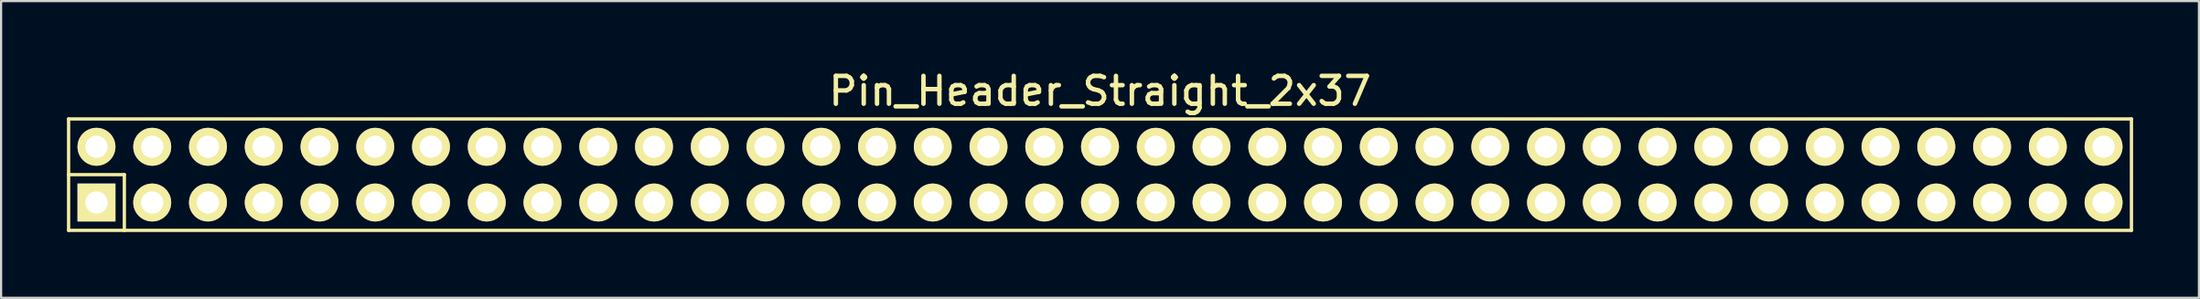
<source format=kicad_pcb>
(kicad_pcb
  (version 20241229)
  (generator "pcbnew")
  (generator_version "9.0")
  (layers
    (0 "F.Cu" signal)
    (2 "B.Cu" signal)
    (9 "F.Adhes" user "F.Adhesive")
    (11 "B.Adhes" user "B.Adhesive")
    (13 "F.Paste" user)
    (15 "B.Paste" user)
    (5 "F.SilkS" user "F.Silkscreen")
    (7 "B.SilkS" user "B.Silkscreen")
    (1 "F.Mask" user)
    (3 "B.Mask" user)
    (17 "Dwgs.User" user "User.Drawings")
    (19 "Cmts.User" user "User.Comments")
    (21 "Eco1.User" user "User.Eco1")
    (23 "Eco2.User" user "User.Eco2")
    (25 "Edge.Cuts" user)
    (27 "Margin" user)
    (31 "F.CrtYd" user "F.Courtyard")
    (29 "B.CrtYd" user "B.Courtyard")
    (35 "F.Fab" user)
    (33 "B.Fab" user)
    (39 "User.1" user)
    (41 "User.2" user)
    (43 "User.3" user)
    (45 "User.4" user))
  (footprint "Pin_Header_Straight_2x37"
    (layer "F.Cu")
    (at 47.065 4.91)
    (property "Reference" "Pin_Header_Straight_2x37" (at 0 -3.81 0) (layer "F.SilkS") (effects (font (size 1.27 1.27) (thickness 0.203))))
    (attr through_hole)
    (fp_line (start -46.99 -2.54) (end -46.99 0) (stroke (width 0.15) (type solid)) (layer "F.SilkS"))
    (fp_line (start -46.99 -2.54) (end 46.99 -2.54) (stroke (width 0.15) (type solid)) (layer "F.SilkS"))
    (fp_line (start -46.99 0) (end -44.45 0) (stroke (width 0.15) (type solid)) (layer "F.SilkS"))
    (fp_line (start -46.99 2.54) (end -46.99 0) (stroke (width 0.15) (type solid)) (layer "F.SilkS"))
    (fp_line (start -46.99 2.54) (end -44.45 2.54) (stroke (width 0.15) (type solid)) (layer "F.SilkS"))
    (fp_line (start -44.45 0) (end -44.45 2.54) (stroke (width 0.15) (type solid)) (layer "F.SilkS"))
    (fp_line (start 46.99 -2.54) (end 46.99 2.54) (stroke (width 0.15) (type solid)) (layer "F.SilkS"))
    (fp_line (start 46.99 2.54) (end -44.45 2.54) (stroke (width 0.15) (type solid)) (layer "F.SilkS"))
    (pad "1" thru_hole rect (at -45.72 1.27) (size 1.727 1.727) (drill 1.016) (layers "*.Cu" "*.Mask" "F.SilkS"))
    (pad "2" thru_hole oval (at -45.72 -1.27) (size 1.727 1.727) (drill 1.016) (layers "*.Cu" "*.Mask" "F.SilkS"))
    (pad "3" thru_hole oval (at -43.18 1.27) (size 1.727 1.727) (drill 1.016) (layers "*.Cu" "*.Mask" "F.SilkS"))
    (pad "4" thru_hole oval (at -43.18 -1.27) (size 1.727 1.727) (drill 1.016) (layers "*.Cu" "*.Mask" "F.SilkS"))
    (pad "5" thru_hole oval (at -40.64 1.27) (size 1.727 1.727) (drill 1.016) (layers "*.Cu" "*.Mask" "F.SilkS"))
    (pad "6" thru_hole oval (at -40.64 -1.27) (size 1.727 1.727) (drill 1.016) (layers "*.Cu" "*.Mask" "F.SilkS"))
    (pad "7" thru_hole oval (at -38.1 1.27) (size 1.727 1.727) (drill 1.016) (layers "*.Cu" "*.Mask" "F.SilkS"))
    (pad "8" thru_hole oval (at -38.1 -1.27) (size 1.727 1.727) (drill 1.016) (layers "*.Cu" "*.Mask" "F.SilkS"))
    (pad "9" thru_hole oval (at -35.56 1.27) (size 1.727 1.727) (drill 1.016) (layers "*.Cu" "*.Mask" "F.SilkS"))
    (pad "10" thru_hole oval (at -35.56 -1.27) (size 1.727 1.727) (drill 1.016) (layers "*.Cu" "*.Mask" "F.SilkS"))
    (pad "11" thru_hole oval (at -33.02 1.27) (size 1.727 1.727) (drill 1.016) (layers "*.Cu" "*.Mask" "F.SilkS"))
    (pad "12" thru_hole oval (at -33.02 -1.27) (size 1.727 1.727) (drill 1.016) (layers "*.Cu" "*.Mask" "F.SilkS"))
    (pad "13" thru_hole oval (at -30.48 1.27) (size 1.727 1.727) (drill 1.016) (layers "*.Cu" "*.Mask" "F.SilkS"))
    (pad "14" thru_hole oval (at -30.48 -1.27) (size 1.727 1.727) (drill 1.016) (layers "*.Cu" "*.Mask" "F.SilkS"))
    (pad "15" thru_hole oval (at -27.94 1.27) (size 1.727 1.727) (drill 1.016) (layers "*.Cu" "*.Mask" "F.SilkS"))
    (pad "16" thru_hole oval (at -27.94 -1.27) (size 1.727 1.727) (drill 1.016) (layers "*.Cu" "*.Mask" "F.SilkS"))
    (pad "17" thru_hole oval (at -25.4 1.27) (size 1.727 1.727) (drill 1.016) (layers "*.Cu" "*.Mask" "F.SilkS"))
    (pad "18" thru_hole oval (at -25.4 -1.27) (size 1.727 1.727) (drill 1.016) (layers "*.Cu" "*.Mask" "F.SilkS"))
    (pad "19" thru_hole oval (at -22.86 1.27) (size 1.727 1.727) (drill 1.016) (layers "*.Cu" "*.Mask" "F.SilkS"))
    (pad "20" thru_hole oval (at -22.86 -1.27) (size 1.727 1.727) (drill 1.016) (layers "*.Cu" "*.Mask" "F.SilkS"))
    (pad "21" thru_hole oval (at -20.32 1.27) (size 1.727 1.727) (drill 1.016) (layers "*.Cu" "*.Mask" "F.SilkS"))
    (pad "22" thru_hole oval (at -20.32 -1.27) (size 1.727 1.727) (drill 1.016) (layers "*.Cu" "*.Mask" "F.SilkS"))
    (pad "23" thru_hole oval (at -17.78 1.27) (size 1.727 1.727) (drill 1.016) (layers "*.Cu" "*.Mask" "F.SilkS"))
    (pad "24" thru_hole oval (at -17.78 -1.27) (size 1.727 1.727) (drill 1.016) (layers "*.Cu" "*.Mask" "F.SilkS"))
    (pad "25" thru_hole oval (at -15.24 1.27) (size 1.727 1.727) (drill 1.016) (layers "*.Cu" "*.Mask" "F.SilkS"))
    (pad "26" thru_hole oval (at -15.24 -1.27) (size 1.727 1.727) (drill 1.016) (layers "*.Cu" "*.Mask" "F.SilkS"))
    (pad "27" thru_hole oval (at -12.7 1.27) (size 1.727 1.727) (drill 1.016) (layers "*.Cu" "*.Mask" "F.SilkS"))
    (pad "28" thru_hole oval (at -12.7 -1.27) (size 1.727 1.727) (drill 1.016) (layers "*.Cu" "*.Mask" "F.SilkS"))
    (pad "29" thru_hole oval (at -10.16 1.27) (size 1.727 1.727) (drill 1.016) (layers "*.Cu" "*.Mask" "F.SilkS"))
    (pad "30" thru_hole oval (at -10.16 -1.27) (size 1.727 1.727) (drill 1.016) (layers "*.Cu" "*.Mask" "F.SilkS"))
    (pad "31" thru_hole oval (at -7.62 1.27) (size 1.727 1.727) (drill 1.016) (layers "*.Cu" "*.Mask" "F.SilkS"))
    (pad "32" thru_hole oval (at -7.62 -1.27) (size 1.727 1.727) (drill 1.016) (layers "*.Cu" "*.Mask" "F.SilkS"))
    (pad "33" thru_hole oval (at -5.08 1.27) (size 1.727 1.727) (drill 1.016) (layers "*.Cu" "*.Mask" "F.SilkS"))
    (pad "34" thru_hole oval (at -5.08 -1.27) (size 1.727 1.727) (drill 1.016) (layers "*.Cu" "*.Mask" "F.SilkS"))
    (pad "35" thru_hole oval (at -2.54 1.27) (size 1.727 1.727) (drill 1.016) (layers "*.Cu" "*.Mask" "F.SilkS"))
    (pad "36" thru_hole oval (at -2.54 -1.27) (size 1.727 1.727) (drill 1.016) (layers "*.Cu" "*.Mask" "F.SilkS"))
    (pad "37" thru_hole oval (at 0 1.27) (size 1.727 1.727) (drill 1.016) (layers "*.Cu" "*.Mask" "F.SilkS"))
    (pad "38" thru_hole oval (at 0 -1.27) (size 1.727 1.727) (drill 1.016) (layers "*.Cu" "*.Mask" "F.SilkS"))
    (pad "39" thru_hole oval (at 2.54 1.27) (size 1.727 1.727) (drill 1.016) (layers "*.Cu" "*.Mask" "F.SilkS"))
    (pad "40" thru_hole oval (at 2.54 -1.27) (size 1.727 1.727) (drill 1.016) (layers "*.Cu" "*.Mask" "F.SilkS"))
    (pad "41" thru_hole oval (at 5.08 1.27) (size 1.727 1.727) (drill 1.016) (layers "*.Cu" "*.Mask" "F.SilkS"))
    (pad "42" thru_hole oval (at 5.08 -1.27) (size 1.727 1.727) (drill 1.016) (layers "*.Cu" "*.Mask" "F.SilkS"))
    (pad "43" thru_hole oval (at 7.62 1.27) (size 1.727 1.727) (drill 1.016) (layers "*.Cu" "*.Mask" "F.SilkS"))
    (pad "44" thru_hole oval (at 7.62 -1.27) (size 1.727 1.727) (drill 1.016) (layers "*.Cu" "*.Mask" "F.SilkS"))
    (pad "45" thru_hole oval (at 10.16 1.27) (size 1.727 1.727) (drill 1.016) (layers "*.Cu" "*.Mask" "F.SilkS"))
    (pad "46" thru_hole oval (at 10.16 -1.27) (size 1.727 1.727) (drill 1.016) (layers "*.Cu" "*.Mask" "F.SilkS"))
    (pad "47" thru_hole oval (at 12.7 1.27) (size 1.727 1.727) (drill 1.016) (layers "*.Cu" "*.Mask" "F.SilkS"))
    (pad "48" thru_hole oval (at 12.7 -1.27) (size 1.727 1.727) (drill 1.016) (layers "*.Cu" "*.Mask" "F.SilkS"))
    (pad "49" thru_hole oval (at 15.24 1.27) (size 1.727 1.727) (drill 1.016) (layers "*.Cu" "*.Mask" "F.SilkS"))
    (pad "50" thru_hole oval (at 15.24 -1.27) (size 1.727 1.727) (drill 1.016) (layers "*.Cu" "*.Mask" "F.SilkS"))
    (pad "51" thru_hole oval (at 17.78 1.27) (size 1.727 1.727) (drill 1.016) (layers "*.Cu" "*.Mask" "F.SilkS"))
    (pad "52" thru_hole oval (at 17.78 -1.27) (size 1.727 1.727) (drill 1.016) (layers "*.Cu" "*.Mask" "F.SilkS"))
    (pad "53" thru_hole oval (at 20.32 1.27) (size 1.727 1.727) (drill 1.016) (layers "*.Cu" "*.Mask" "F.SilkS"))
    (pad "54" thru_hole oval (at 20.32 -1.27) (size 1.727 1.727) (drill 1.016) (layers "*.Cu" "*.Mask" "F.SilkS"))
    (pad "55" thru_hole oval (at 22.86 1.27) (size 1.727 1.727) (drill 1.016) (layers "*.Cu" "*.Mask" "F.SilkS"))
    (pad "56" thru_hole oval (at 22.86 -1.27) (size 1.727 1.727) (drill 1.016) (layers "*.Cu" "*.Mask" "F.SilkS"))
    (pad "57" thru_hole oval (at 25.4 1.27) (size 1.727 1.727) (drill 1.016) (layers "*.Cu" "*.Mask" "F.SilkS"))
    (pad "58" thru_hole oval (at 25.4 -1.27) (size 1.727 1.727) (drill 1.016) (layers "*.Cu" "*.Mask" "F.SilkS"))
    (pad "59" thru_hole oval (at 27.94 1.27) (size 1.727 1.727) (drill 1.016) (layers "*.Cu" "*.Mask" "F.SilkS"))
    (pad "60" thru_hole oval (at 27.94 -1.27) (size 1.727 1.727) (drill 1.016) (layers "*.Cu" "*.Mask" "F.SilkS"))
    (pad "61" thru_hole oval (at 30.48 1.27) (size 1.727 1.727) (drill 1.016) (layers "*.Cu" "*.Mask" "F.SilkS"))
    (pad "62" thru_hole oval (at 30.48 -1.27) (size 1.727 1.727) (drill 1.016) (layers "*.Cu" "*.Mask" "F.SilkS"))
    (pad "63" thru_hole oval (at 33.02 1.27) (size 1.727 1.727) (drill 1.016) (layers "*.Cu" "*.Mask" "F.SilkS"))
    (pad "64" thru_hole oval (at 33.02 -1.27) (size 1.727 1.727) (drill 1.016) (layers "*.Cu" "*.Mask" "F.SilkS"))
    (pad "65" thru_hole oval (at 35.56 1.27) (size 1.727 1.727) (drill 1.016) (layers "*.Cu" "*.Mask" "F.SilkS"))
    (pad "66" thru_hole oval (at 35.56 -1.27) (size 1.727 1.727) (drill 1.016) (layers "*.Cu" "*.Mask" "F.SilkS"))
    (pad "67" thru_hole oval (at 38.1 1.27) (size 1.727 1.727) (drill 1.016) (layers "*.Cu" "*.Mask" "F.SilkS"))
    (pad "68" thru_hole oval (at 38.1 -1.27) (size 1.727 1.727) (drill 1.016) (layers "*.Cu" "*.Mask" "F.SilkS"))
    (pad "69" thru_hole oval (at 40.64 1.27) (size 1.727 1.727) (drill 1.016) (layers "*.Cu" "*.Mask" "F.SilkS"))
    (pad "70" thru_hole oval (at 40.64 -1.27) (size 1.727 1.727) (drill 1.016) (layers "*.Cu" "*.Mask" "F.SilkS"))
    (pad "71" thru_hole oval (at 43.18 1.27) (size 1.727 1.727) (drill 1.016) (layers "*.Cu" "*.Mask" "F.SilkS"))
    (pad "72" thru_hole oval (at 43.18 -1.27) (size 1.727 1.727) (drill 1.016) (layers "*.Cu" "*.Mask" "F.SilkS"))
    (pad "73" thru_hole oval (at 45.72 1.27) (size 1.727 1.727) (drill 1.016) (layers "*.Cu" "*.Mask" "F.SilkS"))
    (pad "74" thru_hole oval (at 45.72 -1.27) (size 1.727 1.727) (drill 1.016) (layers "*.Cu" "*.Mask" "F.SilkS")))
  (gr_rect
    (start -3 -3)
    (end 97.13 10.525)
    (stroke (width 0.1) (type default))
    (fill no)
    (layer "Edge.Cuts")))
</source>
